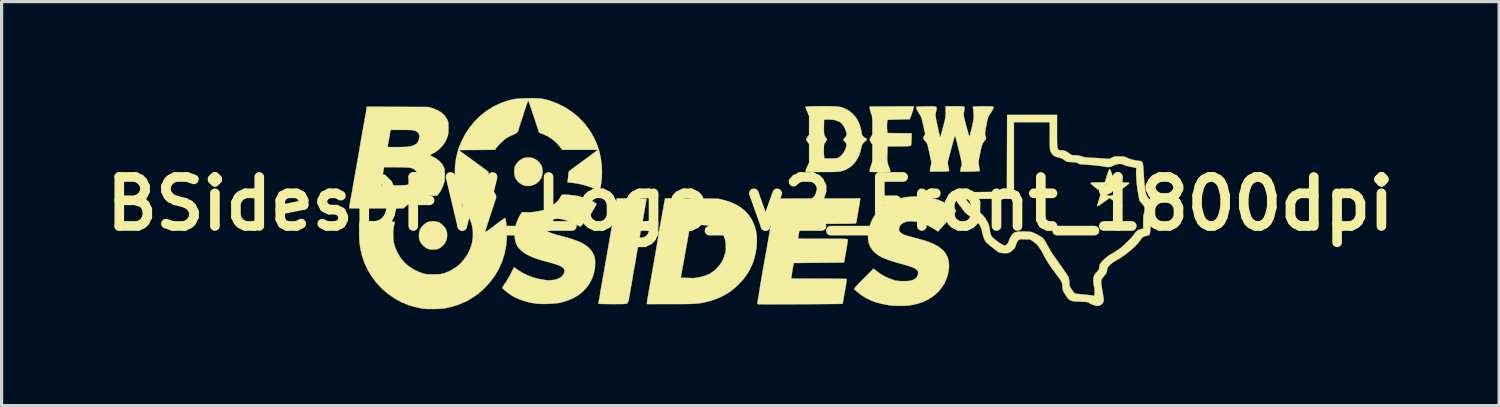
<source format=kicad_pcb>
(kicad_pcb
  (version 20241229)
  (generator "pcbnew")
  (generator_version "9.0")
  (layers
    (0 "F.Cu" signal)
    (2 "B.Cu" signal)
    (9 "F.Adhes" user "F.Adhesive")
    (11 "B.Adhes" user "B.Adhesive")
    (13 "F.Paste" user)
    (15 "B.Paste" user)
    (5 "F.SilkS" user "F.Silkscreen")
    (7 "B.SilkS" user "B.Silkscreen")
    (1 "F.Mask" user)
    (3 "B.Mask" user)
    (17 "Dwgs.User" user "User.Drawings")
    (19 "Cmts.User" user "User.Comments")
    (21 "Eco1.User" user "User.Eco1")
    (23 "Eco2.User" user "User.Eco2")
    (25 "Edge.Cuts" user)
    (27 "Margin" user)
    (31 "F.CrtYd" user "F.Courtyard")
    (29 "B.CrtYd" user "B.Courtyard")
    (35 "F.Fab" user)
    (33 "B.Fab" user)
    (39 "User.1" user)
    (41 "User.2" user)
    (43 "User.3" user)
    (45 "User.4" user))
  (footprint "BSidesDFW_Logo_v2_Front_1800dpi"
    (layer "F.Cu")
    (at 20.291 3.29)
    (property "Reference" "BSidesDFW_Logo_v2_Front_1800dpi" (at 0 0 0) (layer "F.SilkS") (effects (font (size 1.524 1.524) (thickness 0.3))))
    (attr through_hole)
    (fp_poly (pts (xy -6.84 -1.438) (xy -6.793 -1.431) (xy -6.749 -1.416) (xy -6.704 -1.395) (xy -6.623 -1.343) (xy -6.554 -1.273) (xy -6.502 -1.194) (xy -6.476 -1.125) (xy -6.462 -1.012) (xy -6.473 -0.905) (xy -6.506 -0.806) (xy -6.561 -0.719) (xy -6.633 -0.648) (xy -6.722 -0.595) (xy -6.824 -0.563) (xy -6.886 -0.555) (xy -6.951 -0.556) (xy -7.012 -0.563) (xy -7.037 -0.57) (xy -7.14 -0.617) (xy -7.226 -0.686) (xy -7.292 -0.773) (xy -7.312 -0.811) (xy -7.335 -0.887) (xy -7.345 -0.976) (xy -7.342 -1.067) (xy -7.326 -1.15) (xy -7.311 -1.189) (xy -7.255 -1.274) (xy -7.178 -1.349) (xy -7.091 -1.404) (xy -7.041 -1.424) (xy -6.993 -1.435) (xy -6.933 -1.439) (xy -6.903 -1.439) (xy -6.84 -1.438)) (stroke (width 0.01) (type solid)) (fill yes) (layer "F.SilkS"))
    (fp_poly (pts (xy -9.788 0.549) (xy -9.706 0.57) (xy -9.687 0.579) (xy -9.61 0.628) (xy -9.539 0.693) (xy -9.483 0.767) (xy -9.464 0.802) (xy -9.439 0.887) (xy -9.432 0.983) (xy -9.442 1.08) (xy -9.47 1.167) (xy -9.473 1.174) (xy -9.52 1.249) (xy -9.583 1.317) (xy -9.654 1.372) (xy -9.718 1.403) (xy -9.79 1.418) (xy -9.875 1.423) (xy -9.959 1.418) (xy -10.03 1.402) (xy -10.092 1.369) (xy -10.158 1.318) (xy -10.217 1.256) (xy -10.263 1.191) (xy -10.274 1.168) (xy -10.3 1.083) (xy -10.31 0.989) (xy -10.303 0.895) (xy -10.28 0.811) (xy -10.274 0.798) (xy -10.224 0.72) (xy -10.159 0.649) (xy -10.085 0.593) (xy -10.05 0.574) (xy -9.971 0.55) (xy -9.88 0.542) (xy -9.788 0.549)) (stroke (width 0.01) (type solid)) (fill yes) (layer "F.SilkS"))
    (fp_poly (pts (xy 5.079 -2.995) (xy 5.074 -2.967) (xy 5.061 -2.919) (xy 5.042 -2.859) (xy 5.019 -2.794) (xy 4.96 -2.632) (xy 4.619 -2.625) (xy 4.524 -2.622) (xy 4.438 -2.62) (xy 4.366 -2.617) (xy 4.311 -2.614) (xy 4.278 -2.611) (xy 4.269 -2.609) (xy 4.262 -2.588) (xy 4.256 -2.545) (xy 4.251 -2.488) (xy 4.25 -2.424) (xy 4.251 -2.359) (xy 4.254 -2.309) (xy 4.264 -2.202) (xy 4.64 -2.198) (xy 5.016 -2.194) (xy 5.014 -2.022) (xy 5.011 -1.952) (xy 5.007 -1.891) (xy 5.002 -1.845) (xy 4.996 -1.821) (xy 4.99 -1.812) (xy 4.98 -1.805) (xy 4.964 -1.8) (xy 4.937 -1.797) (xy 4.897 -1.794) (xy 4.839 -1.792) (xy 4.761 -1.79) (xy 4.659 -1.789) (xy 4.625 -1.789) (xy 4.269 -1.785) (xy 4.26 -1.573) (xy 4.256 -1.467) (xy 4.257 -1.383) (xy 4.263 -1.313) (xy 4.275 -1.251) (xy 4.294 -1.191) (xy 4.321 -1.126) (xy 4.321 -1.126) (xy 4.341 -1.077) (xy 4.353 -1.035) (xy 4.356 -1.011) (xy 4.355 -1.009) (xy 4.349 -1.002) (xy 4.335 -0.997) (xy 4.308 -0.993) (xy 4.267 -0.99) (xy 4.207 -0.989) (xy 4.124 -0.988) (xy 4.039 -0.988) (xy 3.948 -0.988) (xy 3.867 -0.989) (xy 3.8 -0.991) (xy 3.751 -0.993) (xy 3.724 -0.996) (xy 3.721 -0.997) (xy 3.711 -1.025) (xy 3.717 -1.075) (xy 3.736 -1.142) (xy 3.754 -1.19) (xy 3.768 -1.227) (xy 3.779 -1.259) (xy 3.786 -1.29) (xy 3.791 -1.326) (xy 3.794 -1.372) (xy 3.795 -1.433) (xy 3.796 -1.514) (xy 3.796 -1.57) (xy 3.796 -1.844) (xy 3.754 -1.906) (xy 3.73 -1.947) (xy 3.714 -1.983) (xy 3.712 -1.997) (xy 3.719 -2.024) (xy 3.739 -2.063) (xy 3.754 -2.087) (xy 3.796 -2.149) (xy 3.796 -2.428) (xy 3.796 -2.524) (xy 3.795 -2.597) (xy 3.793 -2.652) (xy 3.789 -2.694) (xy 3.783 -2.729) (xy 3.775 -2.762) (xy 3.762 -2.798) (xy 3.753 -2.824) (xy 3.734 -2.882) (xy 3.72 -2.936) (xy 3.714 -2.975) (xy 3.714 -2.984) (xy 3.718 -3.027) (xy 4.399 -3.03) (xy 5.08 -3.034) (xy 5.079 -2.995)) (stroke (width 0.01) (type solid)) (fill yes) (layer "F.SilkS"))
    (fp_poly (pts (xy -3.562 -0.169) (xy -3.455 -0.168) (xy -3.373 -0.167) (xy -3.312 -0.165) (xy -3.269 -0.162) (xy -3.244 -0.159) (xy -3.232 -0.154) (xy -3.231 -0.152) (xy -3.234 -0.133) (xy -3.241 -0.091) (xy -3.251 -0.031) (xy -3.263 0.042) (xy -3.275 0.106) (xy -3.29 0.191) (xy -3.304 0.273) (xy -3.317 0.345) (xy -3.326 0.4) (xy -3.33 0.423) (xy -3.339 0.478) (xy -3.352 0.545) (xy -3.364 0.607) (xy -3.373 0.652) (xy -3.385 0.719) (xy -3.401 0.802) (xy -3.418 0.897) (xy -3.436 0.997) (xy -3.444 1.044) (xy -3.464 1.156) (xy -3.485 1.275) (xy -3.506 1.393) (xy -3.525 1.501) (xy -3.541 1.592) (xy -3.544 1.609) (xy -3.559 1.695) (xy -3.573 1.779) (xy -3.586 1.853) (xy -3.595 1.911) (xy -3.599 1.933) (xy -3.608 1.988) (xy -3.619 2.038) (xy -3.627 2.066) (xy -3.637 2.11) (xy -3.641 2.145) (xy -3.643 2.168) (xy -3.65 2.215) (xy -3.661 2.282) (xy -3.674 2.365) (xy -3.69 2.46) (xy -3.709 2.563) (xy -3.711 2.576) (xy -3.729 2.68) (xy -3.747 2.777) (xy -3.762 2.863) (xy -3.774 2.933) (xy -3.783 2.985) (xy -3.788 3.012) (xy -3.789 3.014) (xy -3.804 3.056) (xy -3.825 3.088) (xy -3.834 3.096) (xy -3.844 3.103) (xy -3.859 3.109) (xy -3.882 3.112) (xy -3.917 3.115) (xy -3.965 3.117) (xy -4.031 3.118) (xy -4.117 3.118) (xy -4.227 3.119) (xy -4.29 3.119) (xy -4.406 3.118) (xy -4.509 3.117) (xy -4.595 3.115) (xy -4.662 3.113) (xy -4.706 3.11) (xy -4.726 3.107) (xy -4.727 3.106) (xy -4.725 3.087) (xy -4.718 3.047) (xy -4.708 2.996) (xy -4.705 2.982) (xy -4.693 2.922) (xy -4.684 2.866) (xy -4.678 2.826) (xy -4.677 2.822) (xy -4.673 2.793) (xy -4.665 2.741) (xy -4.653 2.672) (xy -4.639 2.592) (xy -4.624 2.505) (xy -4.623 2.505) (xy -4.614 2.449) (xy -4.599 2.369) (xy -4.581 2.266) (xy -4.559 2.143) (xy -4.535 2.002) (xy -4.508 1.847) (xy -4.478 1.681) (xy -4.447 1.504) (xy -4.416 1.322) (xy -4.383 1.135) (xy -4.365 1.034) (xy -4.156 -0.169) (xy -3.694 -0.169) (xy -3.562 -0.169)) (stroke (width 0.01) (type solid)) (fill yes) (layer "F.SilkS"))
    (fp_poly (pts (xy 11.189 -1.068) (xy 11.208 -1.032) (xy 11.231 -0.97) (xy 11.262 -0.883) (xy 11.265 -0.871) (xy 11.333 -0.663) (xy 11.558 -0.663) (xy 11.646 -0.663) (xy 11.71 -0.661) (xy 11.751 -0.658) (xy 11.775 -0.653) (xy 11.783 -0.646) (xy 11.783 -0.645) (xy 11.78 -0.636) (xy 11.771 -0.624) (xy 11.752 -0.607) (xy 11.721 -0.581) (xy 11.675 -0.546) (xy 11.611 -0.499) (xy 11.541 -0.447) (xy 11.433 -0.368) (xy 11.502 -0.155) (xy 11.53 -0.069) (xy 11.549 -0.007) (xy 11.562 0.036) (xy 11.568 0.063) (xy 11.569 0.078) (xy 11.565 0.084) (xy 11.559 0.085) (xy 11.544 0.077) (xy 11.51 0.055) (xy 11.462 0.022) (xy 11.403 -0.019) (xy 11.361 -0.049) (xy 11.176 -0.182) (xy 11.001 -0.056) (xy 10.918 0.003) (xy 10.855 0.043) (xy 10.812 0.066) (xy 10.788 0.07) (xy 10.784 0.057) (xy 10.786 0.049) (xy 10.794 0.026) (xy 10.808 -0.016) (xy 10.826 -0.072) (xy 10.846 -0.135) (xy 10.866 -0.2) (xy 10.885 -0.261) (xy 10.9 -0.312) (xy 10.91 -0.346) (xy 10.913 -0.358) (xy 10.903 -0.37) (xy 10.874 -0.396) (xy 10.831 -0.431) (xy 10.795 -0.459) (xy 10.97 -0.459) (xy 10.975 -0.421) (xy 10.979 -0.405) (xy 11.009 -0.336) (xy 11.057 -0.286) (xy 11.118 -0.256) (xy 11.187 -0.249) (xy 11.26 -0.265) (xy 11.298 -0.284) (xy 11.33 -0.31) (xy 11.355 -0.347) (xy 11.376 -0.403) (xy 11.381 -0.421) (xy 11.381 -0.462) (xy 11.367 -0.513) (xy 11.343 -0.564) (xy 11.312 -0.602) (xy 11.307 -0.607) (xy 11.269 -0.629) (xy 11.222 -0.648) (xy 11.215 -0.65) (xy 11.151 -0.654) (xy 11.088 -0.632) (xy 11.033 -0.589) (xy 10.995 -0.534) (xy 10.976 -0.492) (xy 10.97 -0.459) (xy 10.795 -0.459) (xy 10.776 -0.474) (xy 10.753 -0.492) (xy 10.694 -0.537) (xy 10.645 -0.578) (xy 10.608 -0.612) (xy 10.588 -0.634) (xy 10.586 -0.638) (xy 10.586 -0.647) (xy 10.595 -0.654) (xy 10.615 -0.659) (xy 10.65 -0.662) (xy 10.705 -0.664) (xy 10.784 -0.666) (xy 10.804 -0.666) (xy 11.026 -0.67) (xy 11.091 -0.875) (xy 11.12 -0.964) (xy 11.144 -1.027) (xy 11.162 -1.065) (xy 11.175 -1.079) (xy 11.176 -1.079) (xy 11.189 -1.068)) (stroke (width 0.01) (type solid)) (fill yes) (layer "F.SilkS"))
    (fp_poly (pts (xy -1.009 -0.16) (xy -0.854 -0.124) (xy -0.651 -0.065) (xy -0.468 0.013) (xy -0.306 0.109) (xy -0.165 0.223) (xy -0.046 0.355) (xy 0.051 0.503) (xy 0.126 0.668) (xy 0.171 0.82) (xy 0.197 0.98) (xy 0.204 1.155) (xy 0.193 1.338) (xy 0.165 1.524) (xy 0.121 1.707) (xy 0.061 1.88) (xy 0.055 1.893) (xy -0.023 2.058) (xy -0.111 2.205) (xy -0.215 2.341) (xy -0.303 2.439) (xy -0.403 2.539) (xy -0.491 2.621) (xy -0.574 2.69) (xy -0.657 2.75) (xy -0.745 2.805) (xy -0.769 2.819) (xy -0.923 2.899) (xy -1.072 2.963) (xy -1.23 3.015) (xy -1.293 3.032) (xy -1.363 3.05) (xy -1.428 3.065) (xy -1.488 3.078) (xy -1.548 3.089) (xy -1.611 3.097) (xy -1.679 3.104) (xy -1.755 3.109) (xy -1.843 3.113) (xy -1.945 3.116) (xy -2.065 3.117) (xy -2.205 3.118) (xy -2.369 3.118) (xy -2.48 3.118) (xy -3.217 3.119) (xy -3.217 3.087) (xy -3.215 3.064) (xy -3.208 3.017) (xy -3.198 2.954) (xy -3.186 2.878) (xy -3.175 2.816) (xy -3.122 2.517) (xy -3.084 2.299) (xy -2.163 2.299) (xy -1.995 2.304) (xy -1.926 2.306) (xy -1.864 2.308) (xy -1.816 2.31) (xy -1.792 2.311) (xy -1.763 2.31) (xy -1.714 2.305) (xy -1.655 2.296) (xy -1.631 2.292) (xy -1.485 2.261) (xy -1.361 2.221) (xy -1.253 2.169) (xy -1.153 2.102) (xy -1.057 2.018) (xy -1.044 2.004) (xy -0.94 1.885) (xy -0.863 1.763) (xy -0.812 1.636) (xy -0.803 1.602) (xy -0.791 1.559) (xy -0.779 1.527) (xy -0.774 1.518) (xy -0.768 1.497) (xy -0.764 1.454) (xy -0.762 1.397) (xy -0.763 1.332) (xy -0.765 1.265) (xy -0.769 1.203) (xy -0.776 1.152) (xy -0.778 1.14) (xy -0.817 1.02) (xy -0.879 0.914) (xy -0.964 0.826) (xy -1.069 0.755) (xy -1.195 0.703) (xy -1.237 0.69) (xy -1.286 0.68) (xy -1.351 0.671) (xy -1.427 0.664) (xy -1.51 0.657) (xy -1.594 0.652) (xy -1.675 0.649) (xy -1.748 0.648) (xy -1.809 0.65) (xy -1.853 0.653) (xy -1.875 0.66) (xy -1.877 0.662) (xy -1.879 0.685) (xy -1.887 0.734) (xy -1.899 0.807) (xy -1.915 0.903) (xy -1.935 1.02) (xy -1.96 1.157) (xy -1.987 1.312) (xy -2.018 1.483) (xy -2.051 1.669) (xy -2.087 1.867) (xy -2.11 1.99) (xy -2.124 2.067) (xy -2.137 2.139) (xy -2.147 2.198) (xy -2.154 2.239) (xy -2.155 2.247) (xy -2.163 2.299) (xy -3.084 2.299) (xy -3.075 2.246) (xy -3.032 2.001) (xy -2.993 1.781) (xy -2.96 1.587) (xy -2.931 1.418) (xy -2.906 1.272) (xy -2.885 1.15) (xy -2.869 1.05) (xy -2.856 0.972) (xy -2.849 0.924) (xy -2.839 0.863) (xy -2.826 0.782) (xy -2.809 0.686) (xy -2.791 0.583) (xy -2.772 0.479) (xy -2.753 0.382) (xy -2.737 0.297) (xy -2.736 0.289) (xy -2.723 0.222) (xy -2.712 0.16) (xy -2.704 0.11) (xy -2.702 0.092) (xy -2.695 0.049) (xy -2.685 -0.009) (xy -2.673 -0.068) (xy -2.65 -0.171) (xy -1.009 -0.16)) (stroke (width 0.01) (type solid)) (fill yes) (layer "F.SilkS"))
    (fp_poly (pts (xy 2.473 -3.035) (xy 2.576 -3.033) (xy 2.661 -3.029) (xy 2.731 -3.022) (xy 2.791 -3.013) (xy 2.844 -3) (xy 2.893 -2.984) (xy 2.942 -2.964) (xy 2.989 -2.941) (xy 3.09 -2.879) (xy 3.186 -2.797) (xy 3.271 -2.702) (xy 3.319 -2.632) (xy 3.362 -2.55) (xy 3.4 -2.455) (xy 3.431 -2.358) (xy 3.45 -2.27) (xy 3.453 -2.244) (xy 3.465 -2.173) (xy 3.487 -2.121) (xy 3.523 -2.081) (xy 3.563 -2.054) (xy 3.599 -2.031) (xy 3.622 -2.013) (xy 3.627 -2.006) (xy 3.617 -1.992) (xy 3.592 -1.965) (xy 3.556 -1.929) (xy 3.551 -1.925) (xy 3.514 -1.889) (xy 3.49 -1.859) (xy 3.473 -1.827) (xy 3.46 -1.784) (xy 3.446 -1.727) (xy 3.417 -1.613) (xy 3.385 -1.518) (xy 3.346 -1.434) (xy 3.299 -1.353) (xy 3.285 -1.332) (xy 3.197 -1.221) (xy 3.093 -1.133) (xy 2.983 -1.07) (xy 2.937 -1.049) (xy 2.892 -1.032) (xy 2.845 -1.019) (xy 2.793 -1.008) (xy 2.733 -1.001) (xy 2.66 -0.995) (xy 2.572 -0.992) (xy 2.465 -0.99) (xy 2.335 -0.99) (xy 2.23 -0.99) (xy 2.116 -0.99) (xy 2.011 -0.991) (xy 1.917 -0.992) (xy 1.84 -0.993) (xy 1.781 -0.995) (xy 1.744 -0.996) (xy 1.733 -0.997) (xy 1.721 -1.005) (xy 1.718 -1.023) (xy 1.725 -1.053) (xy 1.744 -1.101) (xy 1.776 -1.169) (xy 1.78 -1.178) (xy 1.827 -1.277) (xy 1.827 -1.679) (xy 2.286 -1.679) (xy 2.287 -1.608) (xy 2.289 -1.543) (xy 2.292 -1.49) (xy 2.295 -1.464) (xy 2.304 -1.411) (xy 2.493 -1.411) (xy 2.591 -1.413) (xy 2.663 -1.417) (xy 2.712 -1.425) (xy 2.73 -1.431) (xy 2.791 -1.469) (xy 2.852 -1.529) (xy 2.908 -1.606) (xy 2.944 -1.673) (xy 2.975 -1.749) (xy 2.99 -1.808) (xy 2.987 -1.857) (xy 2.967 -1.9) (xy 2.942 -1.931) (xy 2.914 -1.964) (xy 2.896 -1.99) (xy 2.893 -1.998) (xy 2.902 -2.014) (xy 2.925 -2.042) (xy 2.944 -2.062) (xy 2.976 -2.099) (xy 2.991 -2.132) (xy 2.994 -2.172) (xy 2.994 -2.173) (xy 2.986 -2.223) (xy 2.965 -2.287) (xy 2.935 -2.356) (xy 2.899 -2.421) (xy 2.862 -2.475) (xy 2.858 -2.481) (xy 2.792 -2.538) (xy 2.704 -2.581) (xy 2.599 -2.61) (xy 2.478 -2.622) (xy 2.406 -2.622) (xy 2.293 -2.618) (xy 2.289 -2.396) (xy 2.288 -2.301) (xy 2.29 -2.229) (xy 2.295 -2.174) (xy 2.305 -2.132) (xy 2.321 -2.097) (xy 2.343 -2.063) (xy 2.358 -2.044) (xy 2.388 -2.007) (xy 2.337 -1.924) (xy 2.315 -1.887) (xy 2.301 -1.858) (xy 2.292 -1.829) (xy 2.288 -1.792) (xy 2.286 -1.74) (xy 2.286 -1.679) (xy 1.827 -1.679) (xy 1.827 -1.859) (xy 1.782 -1.923) (xy 1.756 -1.961) (xy 1.74 -1.991) (xy 1.736 -2.002) (xy 1.743 -2.021) (xy 1.763 -2.054) (xy 1.782 -2.082) (xy 1.827 -2.147) (xy 1.827 -2.731) (xy 1.767 -2.871) (xy 1.743 -2.928) (xy 1.726 -2.977) (xy 1.718 -3.01) (xy 1.718 -3.022) (xy 1.734 -3.025) (xy 1.775 -3.027) (xy 1.838 -3.03) (xy 1.919 -3.032) (xy 2.014 -3.034) (xy 2.121 -3.035) (xy 2.202 -3.036) (xy 2.35 -3.036) (xy 2.473 -3.035)) (stroke (width 0.01) (type solid)) (fill yes) (layer "F.SilkS"))
    (fp_poly (pts (xy 5.281 -0.222) (xy 5.447 -0.208) (xy 5.607 -0.184) (xy 5.751 -0.152) (xy 5.769 -0.147) (xy 5.886 -0.107) (xy 6.005 -0.056) (xy 6.12 0.002) (xy 6.224 0.064) (xy 6.311 0.127) (xy 6.367 0.178) (xy 6.404 0.219) (xy 6.282 0.361) (xy 6.232 0.419) (xy 6.175 0.483) (xy 6.115 0.552) (xy 6.054 0.62) (xy 5.996 0.686) (xy 5.942 0.746) (xy 5.896 0.797) (xy 5.861 0.835) (xy 5.84 0.857) (xy 5.836 0.861) (xy 5.823 0.853) (xy 5.793 0.834) (xy 5.75 0.806) (xy 5.735 0.795) (xy 5.603 0.716) (xy 5.465 0.65) (xy 5.326 0.598) (xy 5.188 0.562) (xy 5.058 0.544) (xy 4.939 0.543) (xy 4.854 0.556) (xy 4.762 0.59) (xy 4.692 0.638) (xy 4.646 0.698) (xy 4.624 0.769) (xy 4.622 0.793) (xy 4.636 0.849) (xy 4.676 0.9) (xy 4.74 0.944) (xy 4.769 0.958) (xy 4.803 0.97) (xy 4.859 0.988) (xy 4.932 1.009) (xy 5.017 1.033) (xy 5.107 1.058) (xy 5.131 1.064) (xy 5.265 1.1) (xy 5.376 1.131) (xy 5.469 1.159) (xy 5.549 1.186) (xy 5.62 1.214) (xy 5.687 1.243) (xy 5.754 1.277) (xy 5.759 1.279) (xy 5.893 1.36) (xy 6.001 1.453) (xy 6.083 1.558) (xy 6.141 1.676) (xy 6.173 1.807) (xy 6.18 1.95) (xy 6.163 2.107) (xy 6.161 2.119) (xy 6.113 2.3) (xy 6.041 2.466) (xy 5.946 2.616) (xy 5.842 2.738) (xy 5.7 2.864) (xy 5.541 2.969) (xy 5.366 3.053) (xy 5.172 3.116) (xy 4.96 3.158) (xy 4.947 3.16) (xy 4.869 3.167) (xy 4.771 3.172) (xy 4.662 3.173) (xy 4.549 3.171) (xy 4.443 3.167) (xy 4.35 3.159) (xy 4.304 3.153) (xy 4.096 3.114) (xy 3.91 3.065) (xy 3.742 3.002) (xy 3.588 2.926) (xy 3.443 2.832) (xy 3.324 2.738) (xy 3.282 2.702) (xy 3.249 2.671) (xy 3.231 2.65) (xy 3.229 2.648) (xy 3.236 2.633) (xy 3.262 2.598) (xy 3.309 2.546) (xy 3.377 2.475) (xy 3.465 2.384) (xy 3.526 2.323) (xy 3.832 2.017) (xy 3.946 2.106) (xy 4.049 2.18) (xy 4.162 2.247) (xy 4.274 2.302) (xy 4.36 2.336) (xy 4.408 2.352) (xy 4.449 2.368) (xy 4.466 2.375) (xy 4.504 2.387) (xy 4.564 2.396) (xy 4.64 2.402) (xy 4.724 2.405) (xy 4.81 2.405) (xy 4.893 2.401) (xy 4.965 2.394) (xy 5.02 2.384) (xy 5.032 2.38) (xy 5.108 2.342) (xy 5.168 2.289) (xy 5.207 2.224) (xy 5.221 2.152) (xy 5.221 2.148) (xy 5.215 2.107) (xy 5.195 2.07) (xy 5.159 2.036) (xy 5.105 2.003) (xy 5.031 1.97) (xy 4.934 1.937) (xy 4.812 1.9) (xy 4.755 1.885) (xy 4.575 1.835) (xy 4.419 1.788) (xy 4.286 1.743) (xy 4.172 1.699) (xy 4.076 1.655) (xy 3.993 1.608) (xy 3.922 1.559) (xy 3.86 1.505) (xy 3.803 1.445) (xy 3.793 1.432) (xy 3.727 1.332) (xy 3.683 1.215) (xy 3.661 1.085) (xy 3.662 0.945) (xy 3.675 0.849) (xy 3.71 0.697) (xy 3.757 0.563) (xy 3.819 0.438) (xy 3.888 0.332) (xy 4 0.198) (xy 4.135 0.081) (xy 4.29 -0.02) (xy 4.463 -0.103) (xy 4.651 -0.167) (xy 4.822 -0.205) (xy 4.96 -0.221) (xy 5.116 -0.227) (xy 5.281 -0.222)) (stroke (width 0.01) (type solid)) (fill yes) (layer "F.SilkS"))
    (fp_poly (pts (xy 3.415 -0.138) (xy 3.412 -0.115) (xy 3.406 -0.068) (xy 3.396 -0.004) (xy 3.383 0.075) (xy 3.368 0.162) (xy 3.364 0.183) (xy 3.349 0.274) (xy 3.334 0.359) (xy 3.322 0.433) (xy 3.312 0.49) (xy 3.307 0.525) (xy 3.306 0.529) (xy 3.298 0.57) (xy 3.287 0.599) (xy 3.284 0.603) (xy 3.275 0.607) (xy 3.254 0.61) (xy 3.219 0.613) (xy 3.167 0.615) (xy 3.098 0.617) (xy 3.01 0.619) (xy 2.9 0.62) (xy 2.768 0.62) (xy 2.61 0.621) (xy 2.427 0.621) (xy 2.419 0.621) (xy 2.243 0.621) (xy 2.092 0.621) (xy 1.966 0.621) (xy 1.861 0.622) (xy 1.777 0.623) (xy 1.71 0.624) (xy 1.659 0.626) (xy 1.621 0.628) (xy 1.594 0.631) (xy 1.577 0.634) (xy 1.567 0.638) (xy 1.562 0.642) (xy 1.561 0.646) (xy 1.554 0.673) (xy 1.545 0.719) (xy 1.534 0.778) (xy 1.523 0.844) (xy 1.511 0.912) (xy 1.501 0.976) (xy 1.493 1.029) (xy 1.488 1.067) (xy 1.487 1.083) (xy 1.487 1.083) (xy 1.502 1.084) (xy 1.542 1.085) (xy 1.606 1.085) (xy 1.689 1.086) (xy 1.791 1.087) (xy 1.908 1.087) (xy 2.038 1.087) (xy 2.177 1.087) (xy 2.257 1.087) (xy 2.424 1.087) (xy 2.566 1.088) (xy 2.683 1.088) (xy 2.779 1.089) (xy 2.856 1.09) (xy 2.915 1.091) (xy 2.959 1.093) (xy 2.99 1.096) (xy 3.011 1.099) (xy 3.023 1.103) (xy 3.029 1.108) (xy 3.029 1.109) (xy 3.029 1.129) (xy 3.025 1.172) (xy 3.016 1.235) (xy 3.004 1.314) (xy 2.989 1.404) (xy 2.976 1.479) (xy 2.913 1.827) (xy 2.131 1.834) (xy 1.348 1.841) (xy 1.307 2.079) (xy 1.294 2.157) (xy 1.284 2.225) (xy 1.277 2.278) (xy 1.273 2.312) (xy 1.273 2.322) (xy 1.288 2.323) (xy 1.329 2.324) (xy 1.393 2.326) (xy 1.478 2.326) (xy 1.581 2.327) (xy 1.7 2.328) (xy 1.833 2.328) (xy 1.977 2.329) (xy 2.129 2.329) (xy 2.135 2.329) (xy 2.288 2.329) (xy 2.432 2.329) (xy 2.565 2.33) (xy 2.685 2.331) (xy 2.789 2.332) (xy 2.874 2.334) (xy 2.939 2.335) (xy 2.981 2.337) (xy 2.997 2.339) (xy 2.997 2.339) (xy 2.997 2.358) (xy 2.992 2.404) (xy 2.982 2.474) (xy 2.966 2.568) (xy 2.946 2.686) (xy 2.921 2.822) (xy 2.908 2.893) (xy 2.896 2.961) (xy 2.887 3.015) (xy 2.883 3.045) (xy 2.876 3.083) (xy 2.869 3.107) (xy 2.866 3.11) (xy 2.851 3.111) (xy 2.81 3.113) (xy 2.745 3.114) (xy 2.659 3.115) (xy 2.555 3.116) (xy 2.435 3.117) (xy 2.301 3.118) (xy 2.156 3.119) (xy 2.002 3.12) (xy 1.841 3.121) (xy 1.676 3.122) (xy 1.51 3.123) (xy 1.344 3.124) (xy 1.181 3.124) (xy 1.024 3.125) (xy 0.875 3.125) (xy 0.737 3.126) (xy 0.611 3.126) (xy 0.501 3.126) (xy 0.408 3.125) (xy 0.335 3.125) (xy 0.285 3.124) (xy 0.26 3.124) (xy 0.258 3.123) (xy 0.227 3.116) (xy 0.217 3.101) (xy 0.219 3.079) (xy 0.224 3.048) (xy 0.233 2.998) (xy 0.243 2.939) (xy 0.246 2.921) (xy 0.257 2.858) (xy 0.27 2.778) (xy 0.284 2.692) (xy 0.296 2.618) (xy 0.309 2.535) (xy 0.327 2.431) (xy 0.347 2.31) (xy 0.37 2.179) (xy 0.393 2.043) (xy 0.417 1.907) (xy 0.437 1.799) (xy 0.46 1.667) (xy 0.484 1.533) (xy 0.508 1.4) (xy 0.53 1.273) (xy 0.551 1.156) (xy 0.569 1.051) (xy 0.584 0.964) (xy 0.595 0.897) (xy 0.601 0.861) (xy 0.609 0.808) (xy 0.622 0.734) (xy 0.637 0.647) (xy 0.654 0.552) (xy 0.67 0.466) (xy 0.687 0.374) (xy 0.703 0.285) (xy 0.717 0.205) (xy 0.728 0.141) (xy 0.735 0.099) (xy 0.746 0.033) (xy 0.759 -0.038) (xy 0.766 -0.078) (xy 0.783 -0.162) (xy 2.099 -0.166) (xy 3.415 -0.169) (xy 3.415 -0.138)) (stroke (width 0.01) (type solid)) (fill yes) (layer "F.SilkS"))
    (fp_poly (pts (xy -10.012 -3.012) (xy -9.885 -2.973) (xy -9.741 -2.917) (xy -9.619 -2.845) (xy -9.521 -2.757) (xy -9.446 -2.654) (xy -9.432 -2.629) (xy -9.416 -2.594) (xy -9.404 -2.565) (xy -9.397 -2.533) (xy -9.393 -2.493) (xy -9.392 -2.438) (xy -9.391 -2.362) (xy -9.391 -2.357) (xy -9.392 -2.273) (xy -9.395 -2.211) (xy -9.401 -2.162) (xy -9.41 -2.12) (xy -9.424 -2.077) (xy -9.424 -2.074) (xy -9.489 -1.932) (xy -9.576 -1.805) (xy -9.683 -1.695) (xy -9.807 -1.605) (xy -9.848 -1.582) (xy -9.898 -1.555) (xy -9.937 -1.532) (xy -9.959 -1.517) (xy -9.962 -1.513) (xy -9.949 -1.503) (xy -9.917 -1.484) (xy -9.871 -1.46) (xy -9.848 -1.449) (xy -9.748 -1.39) (xy -9.66 -1.318) (xy -9.589 -1.236) (xy -9.539 -1.151) (xy -9.536 -1.143) (xy -9.522 -1.105) (xy -9.513 -1.066) (xy -9.508 -1.019) (xy -9.505 -0.958) (xy -9.505 -0.889) (xy -9.506 -0.81) (xy -9.509 -0.752) (xy -9.515 -0.704) (xy -9.525 -0.659) (xy -9.542 -0.609) (xy -9.545 -0.6) (xy -9.596 -0.474) (xy -9.653 -0.37) (xy -9.707 -0.3) (xy -9.749 -0.254) (xy -9.899 -0.254) (xy -10.067 -0.243) (xy -10.225 -0.209) (xy -10.378 -0.151) (xy -10.528 -0.067) (xy -10.677 0.043) (xy -10.712 0.073) (xy -10.792 0.141) (xy -12.474 0.141) (xy -12.474 0.103) (xy -12.472 0.077) (xy -12.464 0.028) (xy -12.453 -0.037) (xy -12.44 -0.115) (xy -12.426 -0.19) (xy -12.408 -0.283) (xy -12.391 -0.376) (xy -12.375 -0.462) (xy -12.362 -0.534) (xy -12.356 -0.572) (xy -12.353 -0.589) (xy -11.487 -0.589) (xy -11.487 -0.589) (xy -11.485 -0.582) (xy -11.478 -0.576) (xy -11.463 -0.572) (xy -11.437 -0.569) (xy -11.396 -0.568) (xy -11.338 -0.567) (xy -11.26 -0.568) (xy -11.158 -0.569) (xy -11.095 -0.57) (xy -10.968 -0.572) (xy -10.866 -0.575) (xy -10.786 -0.579) (xy -10.725 -0.583) (xy -10.679 -0.588) (xy -10.645 -0.595) (xy -10.633 -0.598) (xy -10.534 -0.64) (xy -10.458 -0.696) (xy -10.406 -0.766) (xy -10.378 -0.847) (xy -10.375 -0.927) (xy -10.381 -0.977) (xy -10.393 -1.009) (xy -10.417 -1.037) (xy -10.433 -1.052) (xy -10.461 -1.074) (xy -10.489 -1.092) (xy -10.521 -1.106) (xy -10.56 -1.117) (xy -10.61 -1.125) (xy -10.673 -1.13) (xy -10.755 -1.134) (xy -10.857 -1.136) (xy -10.984 -1.137) (xy -11 -1.138) (xy -11.396 -1.141) (xy -11.441 -0.877) (xy -11.456 -0.793) (xy -11.468 -0.717) (xy -11.478 -0.655) (xy -11.484 -0.61) (xy -11.487 -0.589) (xy -12.353 -0.589) (xy -12.348 -0.619) (xy -12.336 -0.689) (xy -12.321 -0.777) (xy -12.303 -0.878) (xy -12.284 -0.987) (xy -12.264 -1.098) (xy -12.263 -1.108) (xy -12.242 -1.224) (xy -12.221 -1.343) (xy -12.201 -1.457) (xy -12.183 -1.562) (xy -12.168 -1.65) (xy -12.157 -1.714) (xy -12.146 -1.78) (xy -11.284 -1.78) (xy -11.278 -1.774) (xy -11.262 -1.769) (xy -11.231 -1.766) (xy -11.184 -1.765) (xy -11.114 -1.764) (xy -11.025 -1.764) (xy -10.932 -1.765) (xy -10.839 -1.767) (xy -10.754 -1.77) (xy -10.684 -1.774) (xy -10.644 -1.777) (xy -10.543 -1.796) (xy -10.457 -1.828) (xy -10.389 -1.869) (xy -10.359 -1.9) (xy -10.338 -1.935) (xy -10.316 -1.985) (xy -10.306 -2.015) (xy -10.293 -2.095) (xy -10.305 -2.162) (xy -10.341 -2.217) (xy -10.362 -2.235) (xy -10.39 -2.254) (xy -10.421 -2.269) (xy -10.459 -2.281) (xy -10.506 -2.289) (xy -10.567 -2.295) (xy -10.646 -2.298) (xy -10.745 -2.3) (xy -10.855 -2.3) (xy -11.19 -2.3) (xy -11.197 -2.268) (xy -11.202 -2.244) (xy -11.21 -2.197) (xy -11.221 -2.134) (xy -11.234 -2.06) (xy -11.24 -2.025) (xy -11.253 -1.949) (xy -11.265 -1.882) (xy -11.275 -1.829) (xy -11.282 -1.796) (xy -11.284 -1.789) (xy -11.284 -1.78) (xy -12.146 -1.78) (xy -12.139 -1.82) (xy -12.119 -1.939) (xy -12.096 -2.068) (xy -12.073 -2.2) (xy -12.05 -2.333) (xy -12.027 -2.459) (xy -12.006 -2.576) (xy -11.988 -2.678) (xy -11.973 -2.759) (xy -11.965 -2.801) (xy -11.952 -2.867) (xy -11.942 -2.925) (xy -11.935 -2.969) (xy -11.933 -2.989) (xy -11.931 -3.021) (xy -10.012 -3.012)) (stroke (width 0.01) (type solid)) (fill yes) (layer "F.SilkS"))
    (fp_poly (pts (xy -5.722 -0.283) (xy -5.647 -0.278) (xy -5.567 -0.27) (xy -5.487 -0.261) (xy -5.413 -0.25) (xy -5.39 -0.246) (xy -5.266 -0.217) (xy -5.139 -0.178) (xy -5.017 -0.13) (xy -4.907 -0.077) (xy -4.822 -0.025) (xy -4.783 0.003) (xy -4.841 0.111) (xy -4.877 0.175) (xy -4.922 0.249) (xy -4.965 0.318) (xy -4.974 0.332) (xy -5.007 0.378) (xy -5.049 0.433) (xy -5.096 0.492) (xy -5.145 0.551) (xy -5.192 0.606) (xy -5.233 0.653) (xy -5.266 0.687) (xy -5.287 0.704) (xy -5.29 0.706) (xy -5.307 0.699) (xy -5.342 0.683) (xy -5.391 0.659) (xy -5.434 0.637) (xy -5.508 0.601) (xy -5.596 0.563) (xy -5.681 0.529) (xy -5.716 0.517) (xy -5.853 0.479) (xy -5.974 0.463) (xy -6.084 0.47) (xy -6.184 0.5) (xy -6.189 0.502) (xy -6.273 0.547) (xy -6.331 0.597) (xy -6.365 0.655) (xy -6.378 0.723) (xy -6.378 0.734) (xy -6.373 0.774) (xy -6.357 0.81) (xy -6.327 0.842) (xy -6.281 0.872) (xy -6.216 0.902) (xy -6.13 0.932) (xy -6.021 0.965) (xy -5.905 0.995) (xy -5.73 1.042) (xy -5.579 1.086) (xy -5.449 1.13) (xy -5.339 1.173) (xy -5.244 1.218) (xy -5.161 1.265) (xy -5.088 1.316) (xy -5.087 1.316) (xy -5.014 1.378) (xy -4.958 1.44) (xy -4.911 1.513) (xy -4.878 1.577) (xy -4.857 1.624) (xy -4.844 1.666) (xy -4.836 1.71) (xy -4.831 1.767) (xy -4.828 1.823) (xy -4.836 2.001) (xy -4.87 2.173) (xy -4.929 2.338) (xy -5.013 2.493) (xy -5.118 2.634) (xy -5.245 2.761) (xy -5.392 2.869) (xy -5.397 2.872) (xy -5.504 2.93) (xy -5.629 2.985) (xy -5.761 3.033) (xy -5.891 3.07) (xy -5.92 3.076) (xy -6 3.09) (xy -6.102 3.1) (xy -6.216 3.108) (xy -6.336 3.113) (xy -6.453 3.114) (xy -6.561 3.112) (xy -6.651 3.105) (xy -6.66 3.104) (xy -6.826 3.077) (xy -6.992 3.036) (xy -7.15 2.984) (xy -7.294 2.923) (xy -7.39 2.872) (xy -7.443 2.839) (xy -7.502 2.798) (xy -7.562 2.753) (xy -7.618 2.709) (xy -7.665 2.669) (xy -7.699 2.637) (xy -7.715 2.617) (xy -7.715 2.616) (xy -7.709 2.6) (xy -7.689 2.565) (xy -7.659 2.517) (xy -7.621 2.461) (xy -7.614 2.451) (xy -7.564 2.373) (xy -7.511 2.284) (xy -7.462 2.195) (xy -7.434 2.138) (xy -7.405 2.077) (xy -7.38 2.026) (xy -7.361 1.991) (xy -7.35 1.976) (xy -7.349 1.976) (xy -7.334 1.984) (xy -7.303 2.005) (xy -7.261 2.035) (xy -7.25 2.043) (xy -7.101 2.141) (xy -6.931 2.225) (xy -6.748 2.293) (xy -6.556 2.343) (xy -6.362 2.373) (xy -6.308 2.378) (xy -6.185 2.377) (xy -6.073 2.36) (xy -5.975 2.328) (xy -5.893 2.281) (xy -5.831 2.222) (xy -5.792 2.152) (xy -5.787 2.136) (xy -5.78 2.085) (xy -5.79 2.038) (xy -5.819 1.997) (xy -5.869 1.958) (xy -5.941 1.921) (xy -6.038 1.885) (xy -6.16 1.848) (xy -6.188 1.84) (xy -6.281 1.815) (xy -6.353 1.795) (xy -6.409 1.779) (xy -6.457 1.766) (xy -6.502 1.753) (xy -6.549 1.739) (xy -6.583 1.729) (xy -6.649 1.707) (xy -6.715 1.684) (xy -6.768 1.664) (xy -6.78 1.658) (xy -6.831 1.635) (xy -6.893 1.606) (xy -6.947 1.58) (xy -7.028 1.534) (xy -7.108 1.472) (xy -7.181 1.403) (xy -7.239 1.331) (xy -7.257 1.301) (xy -7.303 1.189) (xy -7.329 1.06) (xy -7.334 0.916) (xy -7.318 0.762) (xy -7.304 0.688) (xy -7.285 0.623) (xy -7.256 0.545) (xy -7.222 0.464) (xy -7.185 0.388) (xy -7.149 0.326) (xy -7.133 0.302) (xy -7.098 0.257) (xy -6.961 0.264) (xy -6.834 0.264) (xy -6.711 0.251) (xy -6.689 0.247) (xy -6.622 0.235) (xy -6.557 0.223) (xy -6.506 0.215) (xy -6.491 0.212) (xy -6.424 0.194) (xy -6.344 0.16) (xy -6.257 0.113) (xy -6.168 0.057) (xy -6.085 -0.004) (xy -6.014 -0.066) (xy -6.009 -0.072) (xy -5.967 -0.119) (xy -5.931 -0.17) (xy -5.912 -0.204) (xy -5.889 -0.244) (xy -5.867 -0.273) (xy -5.858 -0.281) (xy -5.833 -0.285) (xy -5.786 -0.286) (xy -5.722 -0.283)) (stroke (width 0.01) (type solid)) (fill yes) (layer "F.SilkS"))
    (fp_poly (pts (xy 6.456 -3.034) (xy 6.53 -3.033) (xy 6.584 -3.031) (xy 6.619 -3.028) (xy 6.642 -3.023) (xy 6.654 -3.016) (xy 6.657 -3.012) (xy 6.662 -2.985) (xy 6.658 -2.936) (xy 6.65 -2.888) (xy 6.641 -2.829) (xy 6.637 -2.771) (xy 6.639 -2.731) (xy 6.646 -2.698) (xy 6.658 -2.647) (xy 6.674 -2.581) (xy 6.694 -2.505) (xy 6.715 -2.425) (xy 6.738 -2.344) (xy 6.759 -2.266) (xy 6.779 -2.198) (xy 6.795 -2.142) (xy 6.808 -2.104) (xy 6.814 -2.089) (xy 6.815 -2.088) (xy 6.82 -2.101) (xy 6.831 -2.137) (xy 6.845 -2.191) (xy 6.861 -2.257) (xy 6.879 -2.331) (xy 6.897 -2.408) (xy 6.913 -2.483) (xy 6.928 -2.551) (xy 6.939 -2.607) (xy 6.943 -2.631) (xy 6.947 -2.676) (xy 6.947 -2.736) (xy 6.945 -2.803) (xy 6.941 -2.87) (xy 6.934 -2.93) (xy 6.927 -2.974) (xy 6.92 -2.995) (xy 6.922 -3.013) (xy 6.93 -3.021) (xy 6.95 -3.025) (xy 6.992 -3.028) (xy 7.052 -3.03) (xy 7.125 -3.032) (xy 7.205 -3.033) (xy 7.286 -3.034) (xy 7.365 -3.033) (xy 7.435 -3.032) (xy 7.492 -3.03) (xy 7.53 -3.028) (xy 7.541 -3.025) (xy 7.558 -3.014) (xy 7.564 -2.994) (xy 7.557 -2.964) (xy 7.535 -2.92) (xy 7.499 -2.86) (xy 7.447 -2.78) (xy 7.44 -2.77) (xy 7.422 -2.741) (xy 7.407 -2.711) (xy 7.393 -2.674) (xy 7.38 -2.627) (xy 7.365 -2.564) (xy 7.348 -2.48) (xy 7.341 -2.441) (xy 7.323 -2.349) (xy 7.31 -2.28) (xy 7.303 -2.227) (xy 7.3 -2.185) (xy 7.303 -2.15) (xy 7.31 -2.115) (xy 7.322 -2.075) (xy 7.332 -2.045) (xy 7.327 -2.022) (xy 7.305 -1.984) (xy 7.278 -1.95) (xy 7.256 -1.923) (xy 7.238 -1.896) (xy 7.222 -1.864) (xy 7.207 -1.825) (xy 7.192 -1.774) (xy 7.176 -1.708) (xy 7.158 -1.624) (xy 7.136 -1.517) (xy 7.124 -1.455) (xy 7.11 -1.385) (xy 7.102 -1.333) (xy 7.099 -1.292) (xy 7.101 -1.251) (xy 7.108 -1.202) (xy 7.115 -1.159) (xy 7.124 -1.101) (xy 7.131 -1.053) (xy 7.133 -1.024) (xy 7.132 -1.017) (xy 7.116 -1.015) (xy 7.077 -1.012) (xy 7.018 -1.01) (xy 6.943 -1.007) (xy 6.857 -1.005) (xy 6.829 -1.004) (xy 6.533 -0.998) (xy 6.533 -1.041) (xy 6.538 -1.081) (xy 6.55 -1.13) (xy 6.555 -1.143) (xy 6.568 -1.196) (xy 6.575 -1.25) (xy 6.576 -1.26) (xy 6.572 -1.284) (xy 6.563 -1.33) (xy 6.549 -1.396) (xy 6.531 -1.475) (xy 6.51 -1.565) (xy 6.488 -1.66) (xy 6.464 -1.756) (xy 6.441 -1.85) (xy 6.42 -1.936) (xy 6.4 -2.011) (xy 6.384 -2.069) (xy 6.373 -2.108) (xy 6.372 -2.11) (xy 6.367 -2.113) (xy 6.359 -2.101) (xy 6.348 -2.071) (xy 6.332 -2.021) (xy 6.311 -1.949) (xy 6.286 -1.854) (xy 6.254 -1.734) (xy 6.25 -1.722) (xy 6.226 -1.627) (xy 6.202 -1.539) (xy 6.181 -1.461) (xy 6.165 -1.398) (xy 6.153 -1.356) (xy 6.15 -1.344) (xy 6.141 -1.3) (xy 6.141 -1.255) (xy 6.151 -1.203) (xy 6.163 -1.148) (xy 6.173 -1.096) (xy 6.177 -1.071) (xy 6.183 -1.02) (xy 6.116 -1.011) (xy 6.079 -1.008) (xy 6.02 -1.005) (xy 5.947 -1.003) (xy 5.865 -1.002) (xy 5.819 -1.002) (xy 5.588 -1.002) (xy 5.588 -1.041) (xy 5.591 -1.074) (xy 5.6 -1.124) (xy 5.611 -1.176) (xy 5.635 -1.273) (xy 5.575 -1.557) (xy 5.556 -1.645) (xy 5.538 -1.724) (xy 5.522 -1.791) (xy 5.509 -1.84) (xy 5.501 -1.867) (xy 5.5 -1.87) (xy 5.482 -1.896) (xy 5.453 -1.933) (xy 5.431 -1.96) (xy 5.401 -1.996) (xy 5.381 -2.025) (xy 5.376 -2.038) (xy 5.382 -2.059) (xy 5.398 -2.094) (xy 5.407 -2.112) (xy 5.438 -2.17) (xy 5.4 -2.345) (xy 5.376 -2.453) (xy 5.357 -2.538) (xy 5.341 -2.604) (xy 5.327 -2.654) (xy 5.313 -2.693) (xy 5.3 -2.725) (xy 5.284 -2.754) (xy 5.266 -2.783) (xy 5.264 -2.787) (xy 5.222 -2.855) (xy 5.188 -2.917) (xy 5.165 -2.967) (xy 5.154 -3.002) (xy 5.156 -3.016) (xy 5.173 -3.019) (xy 5.214 -3.023) (xy 5.274 -3.026) (xy 5.349 -3.029) (xy 5.436 -3.031) (xy 5.467 -3.031) (xy 5.574 -3.033) (xy 5.657 -3.033) (xy 5.717 -3.031) (xy 5.758 -3.024) (xy 5.783 -3.013) (xy 5.794 -2.994) (xy 5.796 -2.968) (xy 5.789 -2.932) (xy 5.78 -2.891) (xy 5.769 -2.836) (xy 5.761 -2.787) (xy 5.757 -2.756) (xy 5.757 -2.755) (xy 5.76 -2.731) (xy 5.768 -2.684) (xy 5.78 -2.621) (xy 5.795 -2.545) (xy 5.813 -2.462) (xy 5.831 -2.377) (xy 5.849 -2.295) (xy 5.865 -2.22) (xy 5.88 -2.158) (xy 5.891 -2.113) (xy 5.898 -2.09) (xy 5.898 -2.09) (xy 5.902 -2.082) (xy 5.905 -2.078) (xy 5.909 -2.08) (xy 5.914 -2.091) (xy 5.922 -2.114) (xy 5.932 -2.151) (xy 5.947 -2.207) (xy 5.967 -2.283) (xy 5.994 -2.384) (xy 6 -2.406) (xy 6.025 -2.502) (xy 6.043 -2.577) (xy 6.056 -2.636) (xy 6.065 -2.685) (xy 6.07 -2.73) (xy 6.072 -2.777) (xy 6.072 -2.831) (xy 6.072 -2.861) (xy 6.07 -3.034) (xy 6.357 -3.034) (xy 6.456 -3.034)) (stroke (width 0.01) (type solid)) (fill yes) (layer "F.SilkS"))
    (fp_poly (pts (xy -6.662 -3.283) (xy -6.562 -3.277) (xy -6.472 -3.267) (xy -6.387 -3.25) (xy -6.301 -3.228) (xy -6.209 -3.199) (xy -6.2 -3.197) (xy -5.962 -3.103) (xy -5.739 -2.986) (xy -5.532 -2.848) (xy -5.342 -2.69) (xy -5.171 -2.514) (xy -5.021 -2.32) (xy -4.892 -2.111) (xy -4.786 -1.888) (xy -4.705 -1.652) (xy -4.693 -1.608) (xy -4.651 -1.413) (xy -4.626 -1.207) (xy -4.616 -0.999) (xy -4.622 -0.795) (xy -4.645 -0.604) (xy -4.657 -0.543) (xy -4.67 -0.484) (xy -4.681 -0.436) (xy -4.689 -0.406) (xy -4.691 -0.398) (xy -4.705 -0.402) (xy -4.738 -0.416) (xy -4.783 -0.437) (xy -4.794 -0.443) (xy -4.947 -0.51) (xy -5.119 -0.568) (xy -5.3 -0.614) (xy -5.484 -0.647) (xy -5.579 -0.657) (xy -5.69 -0.667) (xy -5.681 -0.725) (xy -5.675 -0.769) (xy -5.669 -0.828) (xy -5.663 -0.89) (xy -5.663 -0.893) (xy -5.658 -0.95) (xy -5.65 -0.987) (xy -5.639 -1.011) (xy -5.62 -1.031) (xy -5.616 -1.034) (xy -5.595 -1.049) (xy -5.555 -1.079) (xy -5.498 -1.122) (xy -5.427 -1.174) (xy -5.344 -1.235) (xy -5.252 -1.302) (xy -5.161 -1.369) (xy -5.066 -1.438) (xy -4.979 -1.502) (xy -4.902 -1.559) (xy -4.838 -1.606) (xy -4.789 -1.643) (xy -4.759 -1.667) (xy -4.748 -1.676) (xy -4.748 -1.676) (xy -4.762 -1.677) (xy -4.802 -1.678) (xy -4.864 -1.678) (xy -4.944 -1.679) (xy -5.041 -1.679) (xy -5.151 -1.68) (xy -5.271 -1.68) (xy -5.302 -1.68) (xy -5.853 -1.68) (xy -5.925 -1.777) (xy -6.031 -1.898) (xy -6.158 -2.007) (xy -6.298 -2.098) (xy -6.446 -2.167) (xy -6.458 -2.172) (xy -6.569 -2.212) (xy -6.674 -2.528) (xy -6.708 -2.631) (xy -6.744 -2.739) (xy -6.779 -2.844) (xy -6.811 -2.938) (xy -6.836 -3.015) (xy -6.841 -3.031) (xy -6.864 -3.098) (xy -6.884 -3.153) (xy -6.9 -3.192) (xy -6.91 -3.211) (xy -6.911 -3.211) (xy -6.918 -3.196) (xy -6.931 -3.16) (xy -6.95 -3.108) (xy -6.972 -3.046) (xy -6.995 -2.979) (xy -7.017 -2.913) (xy -7.037 -2.854) (xy -7.053 -2.806) (xy -7.062 -2.776) (xy -7.062 -2.773) (xy -7.069 -2.75) (xy -7.083 -2.705) (xy -7.103 -2.646) (xy -7.126 -2.577) (xy -7.134 -2.554) (xy -7.158 -2.483) (xy -7.179 -2.418) (xy -7.195 -2.366) (xy -7.204 -2.334) (xy -7.205 -2.328) (xy -7.22 -2.274) (xy -7.243 -2.233) (xy -7.279 -2.2) (xy -7.335 -2.169) (xy -7.387 -2.146) (xy -7.453 -2.118) (xy -7.517 -2.086) (xy -7.57 -2.056) (xy -7.585 -2.047) (xy -7.646 -2) (xy -7.716 -1.939) (xy -7.787 -1.871) (xy -7.85 -1.804) (xy -7.898 -1.746) (xy -7.947 -1.68) (xy -9.072 -1.672) (xy -8.681 -1.386) (xy -8.585 -1.316) (xy -8.494 -1.249) (xy -8.41 -1.188) (xy -8.337 -1.134) (xy -8.278 -1.091) (xy -8.236 -1.06) (xy -8.22 -1.047) (xy -8.149 -0.994) (xy -8.139 -0.888) (xy -8.13 -0.821) (xy -8.114 -0.742) (xy -8.093 -0.659) (xy -8.07 -0.582) (xy -8.048 -0.519) (xy -8.036 -0.493) (xy -8.021 -0.461) (xy -8.015 -0.44) (xy -8.015 -0.439) (xy -8.008 -0.421) (xy -7.989 -0.388) (xy -7.966 -0.351) (xy -7.931 -0.296) (xy -7.912 -0.256) (xy -7.905 -0.223) (xy -7.91 -0.19) (xy -7.915 -0.171) (xy -7.923 -0.146) (xy -7.939 -0.098) (xy -7.961 -0.029) (xy -7.989 0.056) (xy -8.021 0.154) (xy -8.057 0.263) (xy -8.093 0.374) (xy -8.13 0.487) (xy -8.164 0.591) (xy -8.194 0.683) (xy -8.219 0.761) (xy -8.238 0.822) (xy -8.25 0.862) (xy -8.255 0.878) (xy -8.255 0.878) (xy -8.244 0.878) (xy -8.214 0.861) (xy -8.167 0.83) (xy -8.106 0.786) (xy -8.032 0.732) (xy -7.974 0.688) (xy -7.908 0.637) (xy -7.837 0.584) (xy -7.772 0.537) (xy -7.73 0.507) (xy -7.627 0.436) (xy -7.61 0.511) (xy -7.602 0.553) (xy -7.595 0.615) (xy -7.587 0.69) (xy -7.58 0.771) (xy -7.579 0.792) (xy -7.575 1.054) (xy -7.598 1.308) (xy -7.647 1.555) (xy -7.722 1.792) (xy -7.822 2.018) (xy -7.947 2.233) (xy -8.096 2.434) (xy -8.203 2.554) (xy -8.293 2.645) (xy -8.376 2.721) (xy -8.459 2.79) (xy -8.552 2.857) (xy -8.615 2.9) (xy -8.712 2.962) (xy -8.788 3.009) (xy -8.847 3.04) (xy -8.89 3.058) (xy -8.916 3.062) (xy -8.948 3.072) (xy -8.96 3.083) (xy -8.983 3.098) (xy -9.028 3.117) (xy -9.091 3.14) (xy -9.165 3.165) (xy -9.247 3.189) (xy -9.33 3.212) (xy -9.409 3.231) (xy -9.48 3.246) (xy -9.513 3.252) (xy -9.584 3.259) (xy -9.675 3.265) (xy -9.778 3.27) (xy -9.885 3.272) (xy -9.988 3.272) (xy -10.08 3.269) (xy -10.153 3.264) (xy -10.16 3.264) (xy -10.216 3.255) (xy -10.29 3.24) (xy -10.375 3.221) (xy -10.462 3.2) (xy -10.543 3.178) (xy -10.61 3.158) (xy -10.632 3.151) (xy -10.863 3.054) (xy -11.079 2.934) (xy -11.28 2.794) (xy -11.464 2.634) (xy -11.63 2.456) (xy -11.776 2.263) (xy -11.901 2.056) (xy -12.004 1.837) (xy -12.082 1.608) (xy -12.136 1.37) (xy -12.163 1.136) (xy -12.169 0.962) (xy -12.167 0.795) (xy -12.158 0.643) (xy -12.156 0.624) (xy -12.148 0.55) (xy -11.605 0.55) (xy -11.465 0.55) (xy -11.35 0.551) (xy -11.259 0.552) (xy -11.189 0.553) (xy -11.137 0.555) (xy -11.1 0.558) (xy -11.078 0.561) (xy -11.066 0.565) (xy -11.063 0.57) (xy -11.067 0.594) (xy -11.076 0.635) (xy -11.087 0.68) (xy -11.099 0.741) (xy -11.107 0.816) (xy -11.11 0.911) (xy -11.11 0.96) (xy -11.106 1.087) (xy -11.093 1.198) (xy -11.068 1.3) (xy -11.031 1.404) (xy -10.978 1.517) (xy -10.884 1.676) (xy -10.768 1.817) (xy -10.631 1.939) (xy -10.474 2.041) (xy -10.298 2.124) (xy -10.216 2.154) (xy -10.17 2.169) (xy -10.129 2.179) (xy -10.089 2.186) (xy -10.042 2.191) (xy -9.983 2.193) (xy -9.904 2.193) (xy -9.864 2.194) (xy -9.776 2.193) (xy -9.711 2.192) (xy -9.66 2.189) (xy -9.618 2.183) (xy -9.578 2.174) (xy -9.534 2.161) (xy -9.497 2.149) (xy -9.383 2.103) (xy -9.266 2.041) (xy -9.155 1.971) (xy -9.059 1.896) (xy -9.033 1.872) (xy -8.904 1.728) (xy -8.798 1.572) (xy -8.717 1.406) (xy -8.661 1.232) (xy -8.632 1.051) (xy -8.63 0.867) (xy -8.636 0.809) (xy -8.652 0.706) (xy -8.677 0.605) (xy -8.715 0.501) (xy -8.767 0.387) (xy -8.835 0.258) (xy -8.841 0.247) (xy -8.884 0.169) (xy -8.927 0.089) (xy -8.966 0.014) (xy -8.996 -0.047) (xy -9.004 -0.062) (xy -9.082 -0.26) (xy -9.14 -0.474) (xy -9.176 -0.697) (xy -9.192 -0.927) (xy -9.186 -1.157) (xy -9.159 -1.385) (xy -9.11 -1.604) (xy -9.082 -1.698) (xy -8.987 -1.94) (xy -8.869 -2.167) (xy -8.731 -2.377) (xy -8.573 -2.569) (xy -8.397 -2.741) (xy -8.204 -2.893) (xy -7.994 -3.023) (xy -7.77 -3.13) (xy -7.62 -3.185) (xy -7.527 -3.214) (xy -7.442 -3.237) (xy -7.359 -3.254) (xy -7.271 -3.266) (xy -7.174 -3.275) (xy -7.061 -3.281) (xy -6.926 -3.284) (xy -6.918 -3.284) (xy -6.779 -3.285) (xy -6.662 -3.283)) (stroke (width 0.01) (type solid)) (fill yes) (layer "F.SilkS"))
    (fp_poly (pts (xy 9.539 -2.264) (xy 9.539 -2.119) (xy 9.54 -1.999) (xy 9.542 -1.902) (xy 9.545 -1.826) (xy 9.551 -1.769) (xy 9.56 -1.727) (xy 9.573 -1.698) (xy 9.59 -1.68) (xy 9.612 -1.67) (xy 9.639 -1.666) (xy 9.673 -1.665) (xy 9.689 -1.665) (xy 9.747 -1.66) (xy 9.802 -1.642) (xy 9.862 -1.608) (xy 9.919 -1.568) (xy 9.959 -1.539) (xy 9.99 -1.521) (xy 10.023 -1.513) (xy 10.066 -1.51) (xy 10.106 -1.51) (xy 10.188 -1.506) (xy 10.26 -1.491) (xy 10.308 -1.475) (xy 10.349 -1.461) (xy 10.392 -1.451) (xy 10.441 -1.443) (xy 10.504 -1.438) (xy 10.586 -1.434) (xy 10.615 -1.432) (xy 10.709 -1.428) (xy 10.81 -1.423) (xy 10.907 -1.416) (xy 10.99 -1.41) (xy 10.999 -1.409) (xy 11.167 -1.395) (xy 11.245 -1.435) (xy 11.283 -1.453) (xy 11.316 -1.464) (xy 11.353 -1.471) (xy 11.402 -1.474) (xy 11.47 -1.475) (xy 11.479 -1.475) (xy 11.551 -1.474) (xy 11.602 -1.471) (xy 11.64 -1.465) (xy 11.672 -1.454) (xy 11.698 -1.441) (xy 11.761 -1.413) (xy 11.837 -1.386) (xy 11.917 -1.364) (xy 11.991 -1.348) (xy 12.05 -1.341) (xy 12.054 -1.341) (xy 12.126 -1.333) (xy 12.176 -1.31) (xy 12.205 -1.272) (xy 12.205 -1.272) (xy 12.21 -1.246) (xy 12.216 -1.198) (xy 12.223 -1.131) (xy 12.229 -1.053) (xy 12.234 -0.974) (xy 12.244 -0.814) (xy 12.253 -0.679) (xy 12.263 -0.567) (xy 12.273 -0.475) (xy 12.285 -0.399) (xy 12.298 -0.338) (xy 12.314 -0.289) (xy 12.332 -0.247) (xy 12.354 -0.212) (xy 12.371 -0.188) (xy 12.416 -0.131) (xy 12.448 -0.082) (xy 12.47 -0.036) (xy 12.482 0.014) (xy 12.486 0.074) (xy 12.484 0.149) (xy 12.477 0.245) (xy 12.475 0.259) (xy 12.469 0.341) (xy 12.462 0.441) (xy 12.456 0.547) (xy 12.45 0.65) (xy 12.449 0.688) (xy 12.444 0.786) (xy 12.439 0.859) (xy 12.43 0.912) (xy 12.418 0.948) (xy 12.399 0.972) (xy 12.371 0.986) (xy 12.335 0.996) (xy 12.307 1) (xy 12.26 1.011) (xy 12.221 1.029) (xy 12.186 1.058) (xy 12.148 1.105) (xy 12.12 1.146) (xy 12.055 1.229) (xy 11.969 1.32) (xy 11.867 1.414) (xy 11.754 1.509) (xy 11.633 1.6) (xy 11.511 1.683) (xy 11.392 1.755) (xy 11.366 1.769) (xy 11.303 1.807) (xy 11.237 1.855) (xy 11.188 1.897) (xy 11.145 1.94) (xy 11.12 1.972) (xy 11.106 2.004) (xy 11.098 2.042) (xy 11.091 2.091) (xy 11.082 2.128) (xy 11.068 2.16) (xy 11.045 2.195) (xy 11.008 2.241) (xy 10.992 2.261) (xy 10.961 2.299) (xy 10.938 2.33) (xy 10.922 2.36) (xy 10.913 2.392) (xy 10.911 2.431) (xy 10.914 2.481) (xy 10.923 2.547) (xy 10.937 2.634) (xy 10.95 2.709) (xy 10.964 2.793) (xy 10.976 2.869) (xy 10.985 2.933) (xy 10.991 2.978) (xy 10.992 2.999) (xy 10.979 3.059) (xy 10.944 3.111) (xy 10.893 3.15) (xy 10.831 3.172) (xy 10.799 3.174) (xy 10.765 3.169) (xy 10.716 3.157) (xy 10.668 3.144) (xy 10.615 3.124) (xy 10.567 3.102) (xy 10.539 3.084) (xy 10.524 3.072) (xy 10.505 3.064) (xy 10.479 3.057) (xy 10.441 3.053) (xy 10.386 3.049) (xy 10.31 3.045) (xy 10.259 3.043) (xy 10.155 3.038) (xy 10.074 3.033) (xy 10.012 3.023) (xy 9.964 3.008) (xy 9.924 2.985) (xy 9.889 2.952) (xy 9.853 2.907) (xy 9.812 2.847) (xy 9.805 2.836) (xy 9.763 2.771) (xy 9.735 2.721) (xy 9.718 2.677) (xy 9.711 2.632) (xy 9.708 2.579) (xy 9.708 2.574) (xy 9.707 2.528) (xy 9.7 2.486) (xy 9.686 2.444) (xy 9.663 2.398) (xy 9.628 2.343) (xy 9.579 2.275) (xy 9.518 2.194) (xy 9.42 2.063) (xy 9.33 1.934) (xy 9.25 1.814) (xy 9.185 1.706) (xy 9.135 1.613) (xy 9.129 1.602) (xy 9.096 1.537) (xy 9.054 1.463) (xy 9.009 1.392) (xy 8.994 1.369) (xy 8.945 1.302) (xy 8.899 1.251) (xy 8.849 1.208) (xy 8.808 1.178) (xy 8.704 1.108) (xy 8.538 1.103) (xy 8.466 1.101) (xy 8.418 1.102) (xy 8.386 1.104) (xy 8.365 1.111) (xy 8.35 1.122) (xy 8.34 1.131) (xy 8.298 1.187) (xy 8.267 1.257) (xy 8.254 1.303) (xy 8.238 1.348) (xy 8.211 1.388) (xy 8.166 1.434) (xy 8.162 1.438) (xy 8.116 1.476) (xy 8.07 1.507) (xy 8.035 1.525) (xy 7.985 1.534) (xy 7.919 1.536) (xy 7.849 1.533) (xy 7.783 1.524) (xy 7.732 1.51) (xy 7.724 1.506) (xy 7.697 1.488) (xy 7.653 1.457) (xy 7.599 1.415) (xy 7.539 1.367) (xy 7.477 1.318) (xy 7.421 1.271) (xy 7.374 1.231) (xy 7.341 1.201) (xy 7.333 1.193) (xy 7.296 1.136) (xy 7.26 1.057) (xy 7.23 0.958) (xy 7.213 0.885) (xy 7.187 0.781) (xy 7.156 0.699) (xy 7.117 0.634) (xy 7.066 0.58) (xy 7.013 0.54) (xy 6.955 0.498) (xy 6.895 0.45) (xy 6.851 0.411) (xy 6.808 0.371) (xy 6.764 0.338) (xy 6.734 0.318) (xy 6.698 0.291) (xy 6.658 0.246) (xy 6.636 0.215) (xy 6.601 0.162) (xy 6.562 0.11) (xy 6.537 0.08) (xy 6.503 0.038) (xy 6.464 -0.014) (xy 6.434 -0.059) (xy 6.388 -0.143) (xy 6.387 -0.147) (xy 6.703 -0.147) (xy 6.713 -0.127) (xy 6.739 -0.092) (xy 6.779 -0.046) (xy 6.828 0.007) (xy 6.883 0.063) (xy 6.938 0.118) (xy 6.991 0.167) (xy 7.037 0.208) (xy 7.073 0.236) (xy 7.089 0.245) (xy 7.154 0.284) (xy 7.223 0.346) (xy 7.291 0.427) (xy 7.325 0.476) (xy 7.378 0.566) (xy 7.414 0.65) (xy 7.437 0.741) (xy 7.45 0.832) (xy 7.46 0.902) (xy 7.477 0.959) (xy 7.505 1.009) (xy 7.547 1.057) (xy 7.608 1.11) (xy 7.658 1.149) (xy 7.748 1.214) (xy 7.821 1.259) (xy 7.877 1.286) (xy 7.92 1.295) (xy 7.936 1.293) (xy 7.964 1.276) (xy 7.995 1.242) (xy 8.023 1.201) (xy 8.041 1.163) (xy 8.043 1.148) (xy 8.051 1.122) (xy 8.069 1.081) (xy 8.095 1.032) (xy 8.124 0.985) (xy 8.15 0.946) (xy 8.166 0.928) (xy 8.202 0.901) (xy 8.246 0.882) (xy 8.301 0.87) (xy 8.373 0.863) (xy 8.468 0.861) (xy 8.478 0.861) (xy 8.555 0.862) (xy 8.629 0.865) (xy 8.691 0.869) (xy 8.733 0.875) (xy 8.778 0.888) (xy 8.838 0.914) (xy 8.907 0.948) (xy 8.976 0.986) (xy 9.04 1.024) (xy 9.09 1.059) (xy 9.111 1.077) (xy 9.128 1.099) (xy 9.155 1.142) (xy 9.19 1.2) (xy 9.228 1.268) (xy 9.257 1.319) (xy 9.302 1.399) (xy 9.348 1.478) (xy 9.393 1.55) (xy 9.431 1.608) (xy 9.447 1.63) (xy 9.484 1.681) (xy 9.532 1.746) (xy 9.585 1.821) (xy 9.642 1.902) (xy 9.699 1.984) (xy 9.754 2.063) (xy 9.802 2.134) (xy 9.842 2.193) (xy 9.871 2.236) (xy 9.88 2.251) (xy 9.898 2.288) (xy 9.91 2.331) (xy 9.917 2.389) (xy 9.921 2.437) (xy 9.925 2.499) (xy 9.931 2.542) (xy 9.942 2.577) (xy 9.962 2.613) (xy 9.993 2.66) (xy 9.997 2.666) (xy 10.031 2.714) (xy 10.061 2.754) (xy 10.082 2.779) (xy 10.086 2.783) (xy 10.105 2.789) (xy 10.148 2.796) (xy 10.21 2.805) (xy 10.286 2.814) (xy 10.371 2.822) (xy 10.38 2.823) (xy 10.466 2.831) (xy 10.541 2.839) (xy 10.602 2.846) (xy 10.644 2.852) (xy 10.664 2.856) (xy 10.664 2.856) (xy 10.685 2.864) (xy 10.692 2.865) (xy 10.701 2.857) (xy 10.707 2.832) (xy 10.71 2.785) (xy 10.71 2.747) (xy 10.708 2.681) (xy 10.701 2.616) (xy 10.691 2.565) (xy 10.689 2.56) (xy 10.674 2.485) (xy 10.669 2.399) (xy 10.673 2.314) (xy 10.685 2.252) (xy 10.711 2.201) (xy 10.755 2.142) (xy 10.777 2.119) (xy 10.816 2.077) (xy 10.839 2.046) (xy 10.849 2.018) (xy 10.851 1.986) (xy 10.858 1.935) (xy 10.874 1.882) (xy 10.879 1.87) (xy 10.905 1.832) (xy 10.948 1.783) (xy 11.003 1.729) (xy 11.062 1.675) (xy 11.12 1.628) (xy 11.172 1.592) (xy 11.196 1.579) (xy 11.242 1.555) (xy 11.295 1.523) (xy 11.32 1.507) (xy 11.371 1.472) (xy 11.43 1.434) (xy 11.465 1.412) (xy 11.513 1.377) (xy 11.574 1.326) (xy 11.643 1.263) (xy 11.716 1.193) (xy 11.787 1.122) (xy 11.851 1.053) (xy 11.903 0.993) (xy 11.936 0.95) (xy 11.986 0.883) (xy 12.034 0.837) (xy 12.086 0.807) (xy 12.148 0.789) (xy 12.22 0.774) (xy 12.221 0.56) (xy 12.222 0.467) (xy 12.225 0.399) (xy 12.229 0.351) (xy 12.237 0.32) (xy 12.241 0.31) (xy 12.253 0.275) (xy 12.26 0.222) (xy 12.262 0.181) (xy 12.262 0.135) (xy 12.258 0.102) (xy 12.246 0.074) (xy 12.224 0.042) (xy 12.187 -0.002) (xy 12.184 -0.005) (xy 12.106 -0.096) (xy 12.063 -0.32) (xy 12.046 -0.418) (xy 12.031 -0.528) (xy 12.019 -0.642) (xy 12.009 -0.756) (xy 12.003 -0.862) (xy 12 -0.955) (xy 12.002 -1.028) (xy 12.005 -1.053) (xy 12.008 -1.078) (xy 12.008 -1.095) (xy 12.001 -1.108) (xy 11.983 -1.118) (xy 11.95 -1.128) (xy 11.898 -1.139) (xy 11.823 -1.153) (xy 11.804 -1.157) (xy 11.725 -1.175) (xy 11.661 -1.193) (xy 11.617 -1.211) (xy 11.608 -1.216) (xy 11.559 -1.236) (xy 11.494 -1.242) (xy 11.42 -1.234) (xy 11.345 -1.213) (xy 11.286 -1.187) (xy 11.223 -1.158) (xy 11.159 -1.144) (xy 11.086 -1.145) (xy 10.996 -1.16) (xy 10.978 -1.163) (xy 10.938 -1.17) (xy 10.875 -1.179) (xy 10.795 -1.188) (xy 10.705 -1.197) (xy 10.61 -1.206) (xy 10.516 -1.214) (xy 10.429 -1.221) (xy 10.355 -1.226) (xy 10.299 -1.228) (xy 10.285 -1.228) (xy 10.226 -1.24) (xy 10.194 -1.259) (xy 10.172 -1.274) (xy 10.146 -1.284) (xy 10.109 -1.29) (xy 10.054 -1.295) (xy 9.996 -1.298) (xy 9.926 -1.302) (xy 9.878 -1.306) (xy 9.845 -1.313) (xy 9.82 -1.324) (xy 9.796 -1.34) (xy 9.78 -1.352) (xy 9.705 -1.403) (xy 9.626 -1.433) (xy 9.565 -1.445) (xy 9.485 -1.471) (xy 9.415 -1.52) (xy 9.36 -1.589) (xy 9.348 -1.613) (xy 9.338 -1.634) (xy 9.33 -1.655) (xy 9.325 -1.678) (xy 9.32 -1.707) (xy 9.317 -1.745) (xy 9.315 -1.796) (xy 9.314 -1.863) (xy 9.314 -1.951) (xy 9.313 -2.062) (xy 9.313 -2.113) (xy 9.313 -2.54) (xy 8.199 -2.54) (xy 8.199 -0.155) (xy 7.451 -0.155) (xy 7.308 -0.155) (xy 7.175 -0.155) (xy 7.053 -0.154) (xy 6.945 -0.153) (xy 6.854 -0.152) (xy 6.782 -0.151) (xy 6.731 -0.149) (xy 6.706 -0.147) (xy 6.703 -0.147) (xy 6.387 -0.147) (xy 6.367 -0.215) (xy 6.37 -0.274) (xy 6.397 -0.319) (xy 6.417 -0.335) (xy 6.427 -0.34) (xy 6.441 -0.345) (xy 6.461 -0.349) (xy 6.489 -0.352) (xy 6.529 -0.355) (xy 6.581 -0.358) (xy 6.649 -0.36) (xy 6.734 -0.361) (xy 6.839 -0.363) (xy 6.967 -0.364) (xy 7.119 -0.366) (xy 7.217 -0.367) (xy 7.98 -0.374) (xy 7.983 -1.57) (xy 7.987 -2.766) (xy 9.539 -2.766) (xy 9.539 -2.264)) (stroke (width 0.01) (type solid)) (fill yes) (layer "F.SilkS")))
  (gr_rect
    (start -3 -3)
    (end 43.582 9.567)
    (stroke (width 0.1) (type default))
    (fill no)
    (layer "Edge.Cuts")))
</source>
